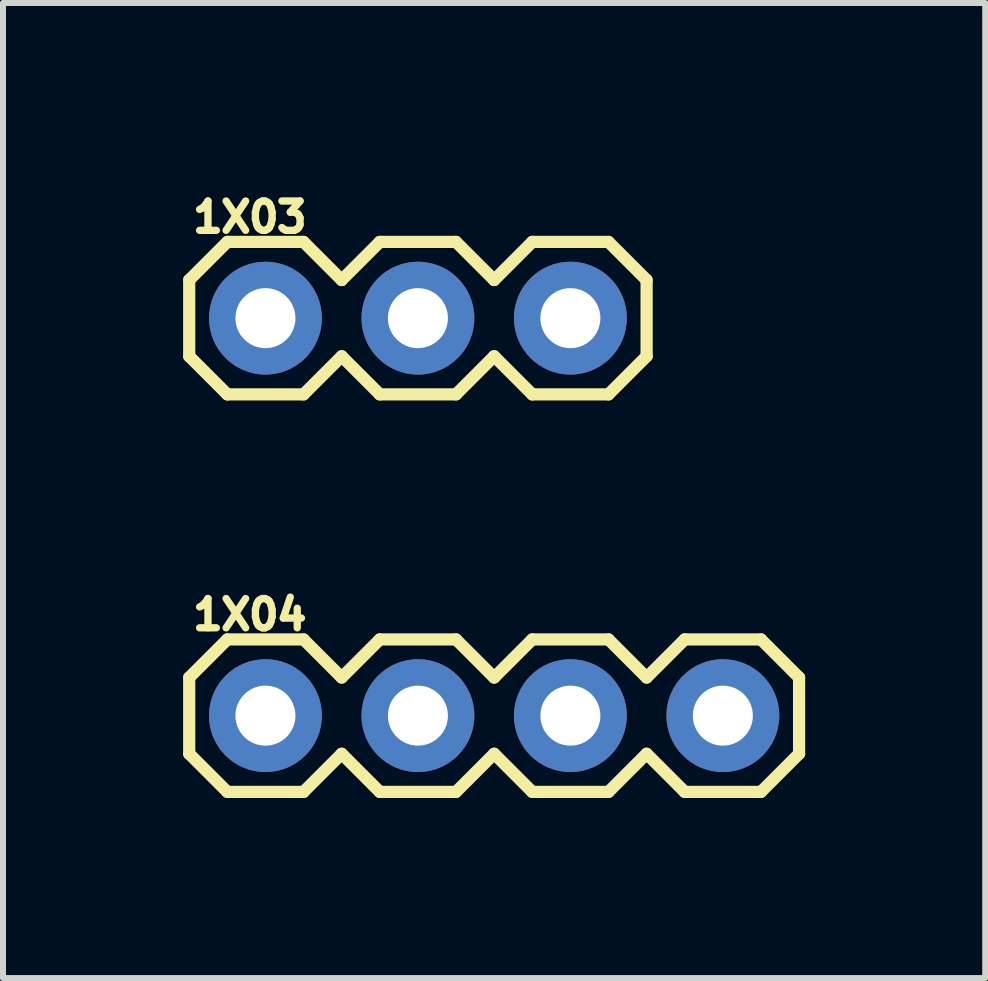
<source format=kicad_pcb>
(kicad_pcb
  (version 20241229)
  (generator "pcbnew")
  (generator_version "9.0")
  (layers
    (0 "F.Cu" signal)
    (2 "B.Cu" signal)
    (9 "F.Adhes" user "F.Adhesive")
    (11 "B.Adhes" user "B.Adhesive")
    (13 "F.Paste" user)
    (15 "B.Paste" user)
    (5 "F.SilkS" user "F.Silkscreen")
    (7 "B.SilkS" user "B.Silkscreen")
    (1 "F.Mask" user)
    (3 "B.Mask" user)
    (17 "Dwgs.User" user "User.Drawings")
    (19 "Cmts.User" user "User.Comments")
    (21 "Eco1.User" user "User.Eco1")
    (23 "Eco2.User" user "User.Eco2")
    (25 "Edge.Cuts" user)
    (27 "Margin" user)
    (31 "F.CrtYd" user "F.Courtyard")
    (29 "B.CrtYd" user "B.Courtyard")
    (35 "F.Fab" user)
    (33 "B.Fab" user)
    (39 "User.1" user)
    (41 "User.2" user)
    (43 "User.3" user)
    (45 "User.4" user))
  (footprint "1X04"
    (layer "F.Cu")
    (at 1.372 8.872)
    (property "Reference" "1X04" (at -1.27 -1.397 0) (layer "F.SilkS") (effects (font (size 0.488 0.488) (thickness 0.122)) (justify left bottom)))
    (fp_line (start -1.27 -0.635) (end -1.27 0.635) (stroke (width 0.203) (type solid)) (layer "F.SilkS"))
    (fp_line (start -1.27 0.635) (end -0.635 1.27) (stroke (width 0.203) (type solid)) (layer "F.SilkS"))
    (fp_line (start -0.635 -1.27) (end -1.27 -0.635) (stroke (width 0.203) (type solid)) (layer "F.SilkS"))
    (fp_line (start -0.635 -1.27) (end 0.635 -1.27) (stroke (width 0.203) (type solid)) (layer "F.SilkS"))
    (fp_line (start 0.635 -1.27) (end 1.27 -0.635) (stroke (width 0.203) (type solid)) (layer "F.SilkS"))
    (fp_line (start 0.635 1.27) (end -0.635 1.27) (stroke (width 0.203) (type solid)) (layer "F.SilkS"))
    (fp_line (start 1.27 -0.635) (end 1.905 -1.27) (stroke (width 0.203) (type solid)) (layer "F.SilkS"))
    (fp_line (start 1.27 0.635) (end 0.635 1.27) (stroke (width 0.203) (type solid)) (layer "F.SilkS"))
    (fp_line (start 1.905 -1.27) (end 3.175 -1.27) (stroke (width 0.203) (type solid)) (layer "F.SilkS"))
    (fp_line (start 1.905 1.27) (end 1.27 0.635) (stroke (width 0.203) (type solid)) (layer "F.SilkS"))
    (fp_line (start 3.175 -1.27) (end 3.81 -0.635) (stroke (width 0.203) (type solid)) (layer "F.SilkS"))
    (fp_line (start 3.175 1.27) (end 1.905 1.27) (stroke (width 0.203) (type solid)) (layer "F.SilkS"))
    (fp_line (start 3.81 -0.635) (end 4.445 -1.27) (stroke (width 0.203) (type solid)) (layer "F.SilkS"))
    (fp_line (start 3.81 0.635) (end 3.175 1.27) (stroke (width 0.203) (type solid)) (layer "F.SilkS"))
    (fp_line (start 4.445 -1.27) (end 5.715 -1.27) (stroke (width 0.203) (type solid)) (layer "F.SilkS"))
    (fp_line (start 4.445 1.27) (end 3.81 0.635) (stroke (width 0.203) (type solid)) (layer "F.SilkS"))
    (fp_line (start 5.715 -1.27) (end 6.35 -0.635) (stroke (width 0.203) (type solid)) (layer "F.SilkS"))
    (fp_line (start 5.715 1.27) (end 4.445 1.27) (stroke (width 0.203) (type solid)) (layer "F.SilkS"))
    (fp_line (start 6.35 0.635) (end 5.715 1.27) (stroke (width 0.203) (type solid)) (layer "F.SilkS"))
    (fp_line (start 6.35 0.635) (end 6.985 1.27) (stroke (width 0.203) (type solid)) (layer "F.SilkS"))
    (fp_line (start 6.985 -1.27) (end 6.35 -0.635) (stroke (width 0.203) (type solid)) (layer "F.SilkS"))
    (fp_line (start 6.985 -1.27) (end 8.255 -1.27) (stroke (width 0.203) (type solid)) (layer "F.SilkS"))
    (fp_line (start 8.255 -1.27) (end 8.89 -0.635) (stroke (width 0.203) (type solid)) (layer "F.SilkS"))
    (fp_line (start 8.255 1.27) (end 6.985 1.27) (stroke (width 0.203) (type solid)) (layer "F.SilkS"))
    (fp_line (start 8.89 -0.635) (end 8.89 0.635) (stroke (width 0.203) (type solid)) (layer "F.SilkS"))
    (fp_line (start 8.89 0.635) (end 8.255 1.27) (stroke (width 0.203) (type solid)) (layer "F.SilkS"))
    (fp_poly (pts (xy -0.254 0.254) (xy 0.254 0.254) (xy 0.254 -0.254) (xy -0.254 -0.254)) (stroke (width 0.1) (type solid)) (fill no) (layer "F.Fab"))
    (fp_poly (pts (xy 2.286 0.254) (xy 2.794 0.254) (xy 2.794 -0.254) (xy 2.286 -0.254)) (stroke (width 0.1) (type solid)) (fill no) (layer "F.Fab"))
    (fp_poly (pts (xy 4.826 0.254) (xy 5.334 0.254) (xy 5.334 -0.254) (xy 4.826 -0.254)) (stroke (width 0.1) (type solid)) (fill no) (layer "F.Fab"))
    (fp_poly (pts (xy 7.366 0.254) (xy 7.874 0.254) (xy 7.874 -0.254) (xy 7.366 -0.254)) (stroke (width 0.1) (type solid)) (fill no) (layer "F.Fab"))
    (pad "1" thru_hole circle (at 0 0 90) (size 1.88 1.88) (drill 1) (layers "*.Cu" "*.Mask"))
    (pad "2" thru_hole circle (at 2.54 0 90) (size 1.88 1.88) (drill 1) (layers "*.Cu" "*.Mask"))
    (pad "3" thru_hole circle (at 5.08 0 90) (size 1.88 1.88) (drill 1) (layers "*.Cu" "*.Mask"))
    (pad "4" thru_hole circle (at 7.62 0 90) (size 1.88 1.88) (drill 1) (layers "*.Cu" "*.Mask")))
  (footprint "1X03"
    (layer "F.Cu")
    (at 1.372 2.25)
    (property "Reference" "1X03" (at -1.27 -1.397 0) (layer "F.SilkS") (effects (font (size 0.488 0.488) (thickness 0.122)) (justify left bottom)))
    (fp_line (start -1.27 -0.635) (end -1.27 0.635) (stroke (width 0.203) (type solid)) (layer "F.SilkS"))
    (fp_line (start -1.27 0.635) (end -0.635 1.27) (stroke (width 0.203) (type solid)) (layer "F.SilkS"))
    (fp_line (start -0.635 -1.27) (end -1.27 -0.635) (stroke (width 0.203) (type solid)) (layer "F.SilkS"))
    (fp_line (start -0.635 -1.27) (end 0.635 -1.27) (stroke (width 0.203) (type solid)) (layer "F.SilkS"))
    (fp_line (start 0.635 -1.27) (end 1.27 -0.635) (stroke (width 0.203) (type solid)) (layer "F.SilkS"))
    (fp_line (start 0.635 1.27) (end -0.635 1.27) (stroke (width 0.203) (type solid)) (layer "F.SilkS"))
    (fp_line (start 1.27 -0.635) (end 1.905 -1.27) (stroke (width 0.203) (type solid)) (layer "F.SilkS"))
    (fp_line (start 1.27 0.635) (end 0.635 1.27) (stroke (width 0.203) (type solid)) (layer "F.SilkS"))
    (fp_line (start 1.905 -1.27) (end 3.175 -1.27) (stroke (width 0.203) (type solid)) (layer "F.SilkS"))
    (fp_line (start 1.905 1.27) (end 1.27 0.635) (stroke (width 0.203) (type solid)) (layer "F.SilkS"))
    (fp_line (start 3.175 -1.27) (end 3.81 -0.635) (stroke (width 0.203) (type solid)) (layer "F.SilkS"))
    (fp_line (start 3.175 1.27) (end 1.905 1.27) (stroke (width 0.203) (type solid)) (layer "F.SilkS"))
    (fp_line (start 3.81 -0.635) (end 4.445 -1.27) (stroke (width 0.203) (type solid)) (layer "F.SilkS"))
    (fp_line (start 3.81 0.635) (end 3.175 1.27) (stroke (width 0.203) (type solid)) (layer "F.SilkS"))
    (fp_line (start 4.445 -1.27) (end 5.715 -1.27) (stroke (width 0.203) (type solid)) (layer "F.SilkS"))
    (fp_line (start 4.445 1.27) (end 3.81 0.635) (stroke (width 0.203) (type solid)) (layer "F.SilkS"))
    (fp_line (start 5.715 -1.27) (end 6.35 -0.635) (stroke (width 0.203) (type solid)) (layer "F.SilkS"))
    (fp_line (start 5.715 1.27) (end 4.445 1.27) (stroke (width 0.203) (type solid)) (layer "F.SilkS"))
    (fp_line (start 6.35 -0.635) (end 6.35 0.635) (stroke (width 0.203) (type solid)) (layer "F.SilkS"))
    (fp_line (start 6.35 0.635) (end 5.715 1.27) (stroke (width 0.203) (type solid)) (layer "F.SilkS"))
    (fp_poly (pts (xy -0.254 0.254) (xy 0.254 0.254) (xy 0.254 -0.254) (xy -0.254 -0.254)) (stroke (width 0.1) (type solid)) (fill no) (layer "F.Fab"))
    (fp_poly (pts (xy 2.286 0.254) (xy 2.794 0.254) (xy 2.794 -0.254) (xy 2.286 -0.254)) (stroke (width 0.1) (type solid)) (fill no) (layer "F.Fab"))
    (fp_poly (pts (xy 4.826 0.254) (xy 5.334 0.254) (xy 5.334 -0.254) (xy 4.826 -0.254)) (stroke (width 0.1) (type solid)) (fill no) (layer "F.Fab"))
    (pad "1" thru_hole circle (at 0 0 90) (size 1.88 1.88) (drill 1) (layers "*.Cu" "*.Mask"))
    (pad "2" thru_hole circle (at 2.54 0 90) (size 1.88 1.88) (drill 1) (layers "*.Cu" "*.Mask"))
    (pad "3" thru_hole circle (at 5.08 0 90) (size 1.88 1.88) (drill 1) (layers "*.Cu" "*.Mask")))
  (gr_rect
    (start -3 -3)
    (end 13.363 13.244)
    (stroke (width 0.1) (type default))
    (fill no)
    (layer "Edge.Cuts")))
</source>
